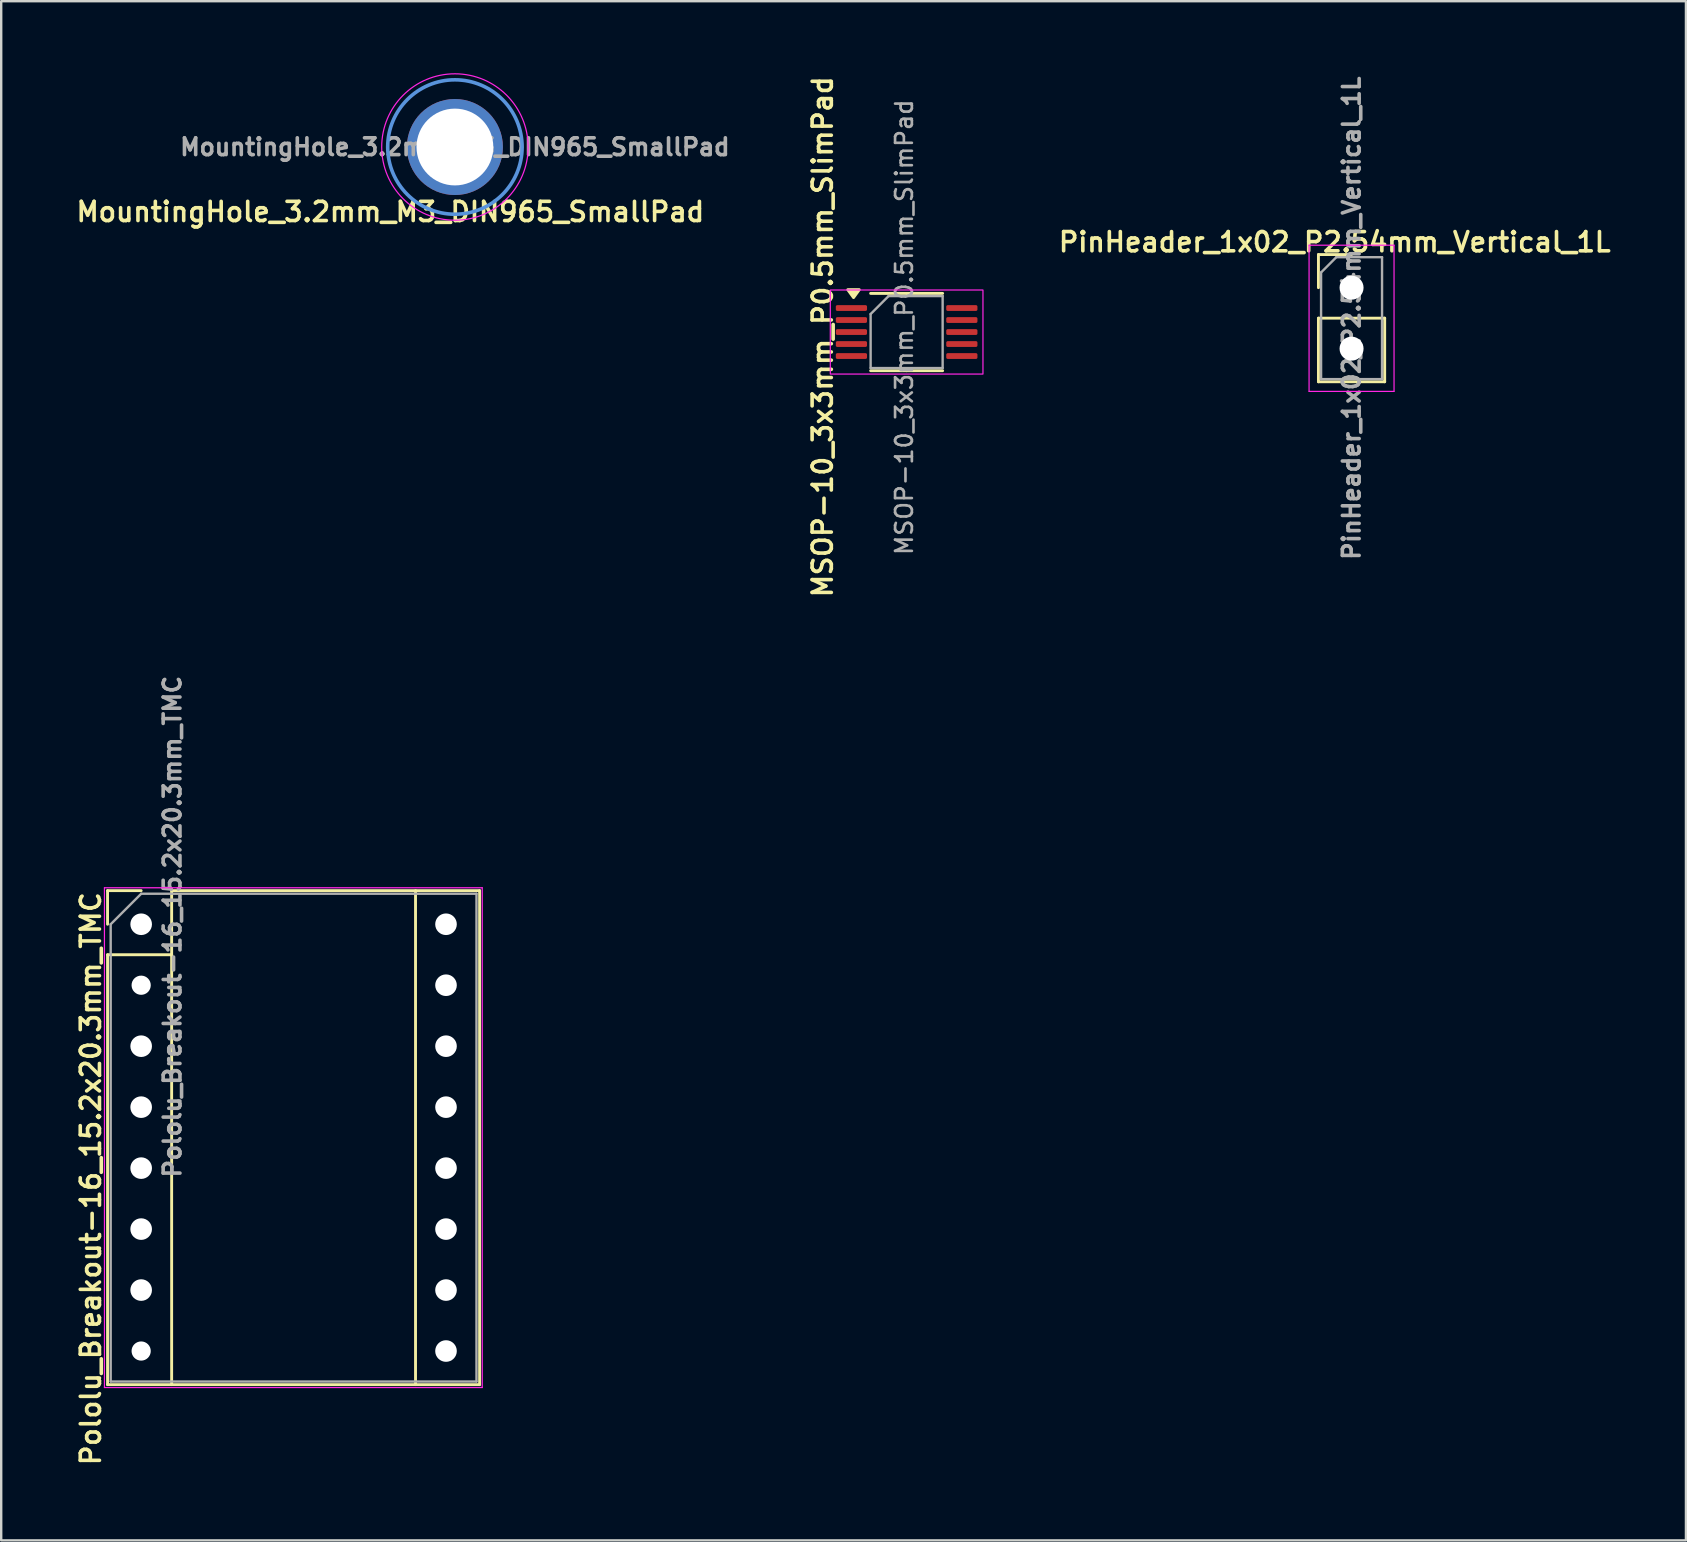
<source format=kicad_pcb>
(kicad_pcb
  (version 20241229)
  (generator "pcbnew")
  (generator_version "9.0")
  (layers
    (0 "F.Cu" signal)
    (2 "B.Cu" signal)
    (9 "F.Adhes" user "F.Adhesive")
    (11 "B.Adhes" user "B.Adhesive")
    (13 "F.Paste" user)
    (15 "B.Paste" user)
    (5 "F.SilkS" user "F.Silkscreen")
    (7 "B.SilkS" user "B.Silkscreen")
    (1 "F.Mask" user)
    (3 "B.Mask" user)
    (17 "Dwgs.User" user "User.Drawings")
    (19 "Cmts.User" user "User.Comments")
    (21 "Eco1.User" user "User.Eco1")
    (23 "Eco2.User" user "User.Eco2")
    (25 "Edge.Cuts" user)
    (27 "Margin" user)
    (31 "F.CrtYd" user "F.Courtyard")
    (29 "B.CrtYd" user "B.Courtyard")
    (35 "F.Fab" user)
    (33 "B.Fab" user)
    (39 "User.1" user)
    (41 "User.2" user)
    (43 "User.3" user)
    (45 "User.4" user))
  (footprint "MSOP-10_3x3mm_P0.5mm_SlimPad"
    (layer "F.Cu")
    (at 34.721 10.783)
    (property "Reference" "MSOP-10_3x3mm_P0.5mm_SlimPad" (at -3.5 0.2 270) (layer "F.SilkS") (effects (font (size 0.8 0.8) (thickness 0.15))))
    (attr smd)
    (fp_line (start 0 -1.61) (end -1.5 -1.61) (stroke (width 0.12) (type solid)) (layer "F.SilkS"))
    (fp_line (start 0 -1.61) (end 1.5 -1.61) (stroke (width 0.12) (type solid)) (layer "F.SilkS"))
    (fp_line (start 0 1.61) (end -1.5 1.61) (stroke (width 0.12) (type solid)) (layer "F.SilkS"))
    (fp_line (start 0 1.61) (end 1.5 1.61) (stroke (width 0.12) (type solid)) (layer "F.SilkS"))
    (fp_poly (pts (xy -2.212 -1.435) (xy -2.453 -1.765) (xy -1.972 -1.765)) (stroke (width 0.12) (type solid)) (fill yes) (layer "F.SilkS"))
    (fp_rect (start -3.18 -1.75) (end 3.18 1.75) (stroke (width 0.05) (type solid)) (fill no) (layer "F.CrtYd"))
    (fp_line (start -1.5 -0.75) (end -0.75 -1.5) (stroke (width 0.1) (type solid)) (layer "F.Fab"))
    (fp_line (start -1.5 1.5) (end -1.5 -0.75) (stroke (width 0.1) (type solid)) (layer "F.Fab"))
    (fp_line (start -0.75 -1.5) (end 1.5 -1.5) (stroke (width 0.1) (type solid)) (layer "F.Fab"))
    (fp_line (start 1.5 -1.5) (end 1.5 1.5) (stroke (width 0.1) (type solid)) (layer "F.Fab"))
    (fp_line (start 1.5 1.5) (end -1.5 1.5) (stroke (width 0.1) (type solid)) (layer "F.Fab"))
    (fp_text user "${REFERENCE}" (at -0.1 -0.2 270) (layer "F.Fab") (effects (font (size 0.7 0.7) (thickness 0.11))))
    (pad "1" smd roundrect (at -2.3 -1) (size 1.3 0.24) (layers "F.Cu" "F.Mask" "F.Paste") (roundrect_rratio 0.25))
    (pad "2" smd roundrect (at -2.3 -0.5) (size 1.3 0.24) (layers "F.Cu" "F.Mask" "F.Paste") (roundrect_rratio 0.25))
    (pad "3" smd roundrect (at -2.3 0) (size 1.3 0.24) (layers "F.Cu" "F.Mask" "F.Paste") (roundrect_rratio 0.25))
    (pad "4" smd roundrect (at -2.3 0.5) (size 1.3 0.24) (layers "F.Cu" "F.Mask" "F.Paste") (roundrect_rratio 0.25))
    (pad "5" smd roundrect (at -2.3 1) (size 1.3 0.24) (layers "F.Cu" "F.Mask" "F.Paste") (roundrect_rratio 0.25))
    (pad "6" smd roundrect (at 2.3 1) (size 1.3 0.24) (layers "F.Cu" "F.Mask" "F.Paste") (roundrect_rratio 0.25))
    (pad "7" smd roundrect (at 2.3 0.5) (size 1.3 0.24) (layers "F.Cu" "F.Mask" "F.Paste") (roundrect_rratio 0.25))
    (pad "8" smd roundrect (at 2.3 0) (size 1.3 0.24) (layers "F.Cu" "F.Mask" "F.Paste") (roundrect_rratio 0.25))
    (pad "9" smd roundrect (at 2.3 -0.5) (size 1.3 0.24) (layers "F.Cu" "F.Mask" "F.Paste") (roundrect_rratio 0.25))
    (pad "10" smd roundrect (at 2.3 -1) (size 1.3 0.24) (layers "F.Cu" "F.Mask" "F.Paste") (roundrect_rratio 0.25)))
  (footprint "Pololu_Breakout-16_15.2x20.3mm_TMC"
    (layer "F.Cu")
    (at 2.831 35.455)
    (property "Reference" "Pololu_Breakout-16_15.2x20.3mm_TMC" (at -2.1 10.6 270) (layer "F.SilkS") (effects (font (size 0.8 0.8) (thickness 0.15))))
    (attr through_hole)
    (fp_line (start -1.4 -1.4) (end -1.4 0) (stroke (width 0.12) (type solid)) (layer "F.SilkS"))
    (fp_line (start -1.4 1.27) (end -1.4 19.18) (stroke (width 0.12) (type solid)) (layer "F.SilkS"))
    (fp_line (start -1.4 19.18) (end 14.1 19.18) (stroke (width 0.12) (type solid)) (layer "F.SilkS"))
    (fp_line (start 0 -1.4) (end -1.4 -1.4) (stroke (width 0.12) (type solid)) (layer "F.SilkS"))
    (fp_line (start 1.27 -1.4) (end 1.27 1.27) (stroke (width 0.12) (type solid)) (layer "F.SilkS"))
    (fp_line (start 1.27 1.27) (end -1.4 1.27) (stroke (width 0.12) (type solid)) (layer "F.SilkS"))
    (fp_line (start 1.27 1.27) (end 1.27 19.18) (stroke (width 0.12) (type solid)) (layer "F.SilkS"))
    (fp_line (start 11.43 -1.4) (end 11.43 19.18) (stroke (width 0.12) (type solid)) (layer "F.SilkS"))
    (fp_line (start 14.1 -1.4) (end 1.27 -1.4) (stroke (width 0.12) (type solid)) (layer "F.SilkS"))
    (fp_line (start 14.1 19.18) (end 14.1 -1.4) (stroke (width 0.12) (type solid)) (layer "F.SilkS"))
    (fp_line (start -1.53 -1.52) (end -1.53 19.3) (stroke (width 0.05) (type solid)) (layer "F.CrtYd"))
    (fp_line (start -1.53 -1.52) (end 14.21 -1.52) (stroke (width 0.05) (type solid)) (layer "F.CrtYd"))
    (fp_line (start 14.21 19.3) (end -1.53 19.3) (stroke (width 0.05) (type solid)) (layer "F.CrtYd"))
    (fp_line (start 14.21 19.3) (end 14.21 -1.52) (stroke (width 0.05) (type solid)) (layer "F.CrtYd"))
    (fp_line (start -1.27 0) (end 0 -1.27) (stroke (width 0.1) (type solid)) (layer "F.Fab"))
    (fp_line (start -1.27 19.05) (end -1.27 0) (stroke (width 0.1) (type solid)) (layer "F.Fab"))
    (fp_line (start 0 -1.27) (end 13.97 -1.27) (stroke (width 0.1) (type solid)) (layer "F.Fab"))
    (fp_line (start 13.97 -1.27) (end 13.97 19.05) (stroke (width 0.1) (type solid)) (layer "F.Fab"))
    (fp_line (start 13.97 19.05) (end -1.27 19.05) (stroke (width 0.1) (type solid)) (layer "F.Fab"))
    (fp_text user "${REFERENCE}" (at 1.3 0.1 90) (layer "F.Fab") (effects (font (size 0.7 0.7) (thickness 0.15))))
    (pad "1" thru_hole rect (at 0 0) (size 2 1.7) (drill 0.9) (layers "*.Cu" "*.Mask") (remove_unused_layers yes) (zone_layer_connections))
    (pad "2" thru_hole oval (at 0 2.54) (size 2 1.7) (drill 0.8) (layers "*.Cu" "*.Mask") (remove_unused_layers yes) (zone_layer_connections))
    (pad "3" thru_hole oval (at 0 5.08) (size 2 1.7) (drill 0.9) (layers "*.Cu" "*.Mask") (remove_unused_layers yes) (zone_layer_connections))
    (pad "4" thru_hole oval (at 0 7.62) (size 2 1.7) (drill 0.9) (layers "*.Cu" "*.Mask") (remove_unused_layers yes) (zone_layer_connections))
    (pad "5" thru_hole oval (at 0 10.16) (size 2 1.7) (drill 0.9) (layers "*.Cu" "*.Mask") (remove_unused_layers yes) (zone_layer_connections))
    (pad "6" thru_hole oval (at 0 12.7) (size 2 1.7) (drill 0.9) (layers "*.Cu" "*.Mask") (remove_unused_layers yes) (zone_layer_connections))
    (pad "7" thru_hole oval (at 0 15.24) (size 2 1.7) (drill 0.9) (layers "*.Cu" "*.Mask") (remove_unused_layers yes) (zone_layer_connections))
    (pad "8" thru_hole oval (at 0 17.78) (size 1.6 1.6) (drill 0.8) (layers "*.Cu" "*.Mask") (remove_unused_layers yes) (zone_layer_connections))
    (pad "9" thru_hole oval (at 12.7 17.78) (size 2 1.7) (drill 0.9) (layers "*.Cu" "*.Mask") (remove_unused_layers yes) (zone_layer_connections))
    (pad "10" thru_hole oval (at 12.7 15.24) (size 2 1.7) (drill 0.9) (layers "*.Cu" "*.Mask") (remove_unused_layers yes) (zone_layer_connections))
    (pad "11" thru_hole oval (at 12.7 12.7) (size 2 1.7) (drill 0.9) (layers "*.Cu" "*.Mask") (remove_unused_layers yes) (zone_layer_connections))
    (pad "12" thru_hole oval (at 12.7 10.16) (size 2 1.7) (drill 0.9) (layers "*.Cu" "*.Mask") (remove_unused_layers yes) (zone_layer_connections))
    (pad "13" thru_hole oval (at 12.7 7.62) (size 2 1.7) (drill 0.9) (layers "*.Cu" "*.Mask") (remove_unused_layers yes) (zone_layer_connections))
    (pad "14" thru_hole oval (at 12.7 5.08) (size 2 1.7) (drill 0.9) (layers "*.Cu" "*.Mask") (remove_unused_layers yes) (zone_layer_connections))
    (pad "15" thru_hole oval (at 12.7 2.54) (size 2 1.7) (drill 0.9) (layers "*.Cu" "*.Mask") (remove_unused_layers yes) (zone_layer_connections))
    (pad "16" thru_hole oval (at 12.7 0) (size 2 1.7) (drill 0.9) (layers "*.Cu" "*.Mask") (remove_unused_layers yes) (zone_layer_connections)))
  (footprint "PinHeader_1x02_P2.54mm_Vertical_1L"
    (layer "F.Cu")
    (at 53.257 8.935)
    (property "Reference" "PinHeader_1x02_P2.54mm_Vertical_1L" (at -0.7 -1.9 0) (layer "F.SilkS") (effects (font (size 0.8 0.8) (thickness 0.15))))
    (attr through_hole)
    (fp_line (start -1.38 -1.38) (end 0 -1.38) (stroke (width 0.12) (type solid)) (layer "F.SilkS"))
    (fp_line (start -1.38 0) (end -1.38 -1.38) (stroke (width 0.12) (type solid)) (layer "F.SilkS"))
    (fp_line (start -1.38 1.27) (end -1.38 3.92) (stroke (width 0.12) (type solid)) (layer "F.SilkS"))
    (fp_line (start -1.38 1.27) (end 1.38 1.27) (stroke (width 0.12) (type solid)) (layer "F.SilkS"))
    (fp_line (start -1.38 3.92) (end 1.38 3.92) (stroke (width 0.12) (type solid)) (layer "F.SilkS"))
    (fp_line (start 1.38 1.27) (end 1.38 3.92) (stroke (width 0.12) (type solid)) (layer "F.SilkS"))
    (fp_line (start -1.77 -1.77) (end -1.77 4.32) (stroke (width 0.05) (type solid)) (layer "F.CrtYd"))
    (fp_line (start -1.77 4.32) (end 1.77 4.32) (stroke (width 0.05) (type solid)) (layer "F.CrtYd"))
    (fp_line (start 1.77 -1.77) (end -1.77 -1.77) (stroke (width 0.05) (type solid)) (layer "F.CrtYd"))
    (fp_line (start 1.77 4.32) (end 1.77 -1.77) (stroke (width 0.05) (type solid)) (layer "F.CrtYd"))
    (fp_line (start -1.27 -0.635) (end -0.635 -1.27) (stroke (width 0.1) (type solid)) (layer "F.Fab"))
    (fp_line (start -1.27 3.81) (end -1.27 -0.635) (stroke (width 0.1) (type solid)) (layer "F.Fab"))
    (fp_line (start -0.635 -1.27) (end 1.27 -1.27) (stroke (width 0.1) (type solid)) (layer "F.Fab"))
    (fp_line (start 1.27 -1.27) (end 1.27 3.81) (stroke (width 0.1) (type solid)) (layer "F.Fab"))
    (fp_line (start 1.27 3.81) (end -1.27 3.81) (stroke (width 0.1) (type solid)) (layer "F.Fab"))
    (fp_text user "${REFERENCE}" (at 0 1.27 90) (layer "F.Fab") (effects (font (size 0.7 0.7) (thickness 0.15))))
    (pad "1" thru_hole rect (at 0 0) (size 2 1.7) (drill 1) (layers "*.Cu" "*.Mask") (remove_unused_layers yes) (zone_layer_connections))
    (pad "2" thru_hole oval (at 0 2.54) (size 2 1.7) (drill 1) (layers "*.Cu" "*.Mask") (remove_unused_layers yes) (zone_layer_connections)))
  (footprint "MountingHole_3.2mm_M3_DIN965_SmallPad"
    (layer "F.Cu")
    (at 15.902 3.075)
    (property "Reference" "MountingHole_3.2mm_M3_DIN965_SmallPad" (at -2.69 2.7 0) (layer "F.SilkS") (effects (font (size 0.8 0.8) (thickness 0.15))))
    (attr exclude_from_pos_files exclude_from_bom)
    (fp_circle (center 0 0) (end 2.8 0) (stroke (width 0.15) (type solid)) (fill no) (layer "Cmts.User"))
    (fp_circle (center 0 0) (end 3.05 0) (stroke (width 0.05) (type solid)) (fill no) (layer "F.CrtYd"))
    (fp_text user "${REFERENCE}" (at 0 0 0) (layer "F.Fab") (effects (font (size 0.7 0.7) (thickness 0.15))))
    (pad "1" thru_hole circle (at 0 0) (size 4 4) (drill 3.2) (layers "*.Cu" "*.Mask")))
  (gr_rect
    (start -3 -3)
    (end 67.188 61.123)
    (stroke (width 0.1) (type default))
    (fill no)
    (layer "Edge.Cuts")))
</source>
